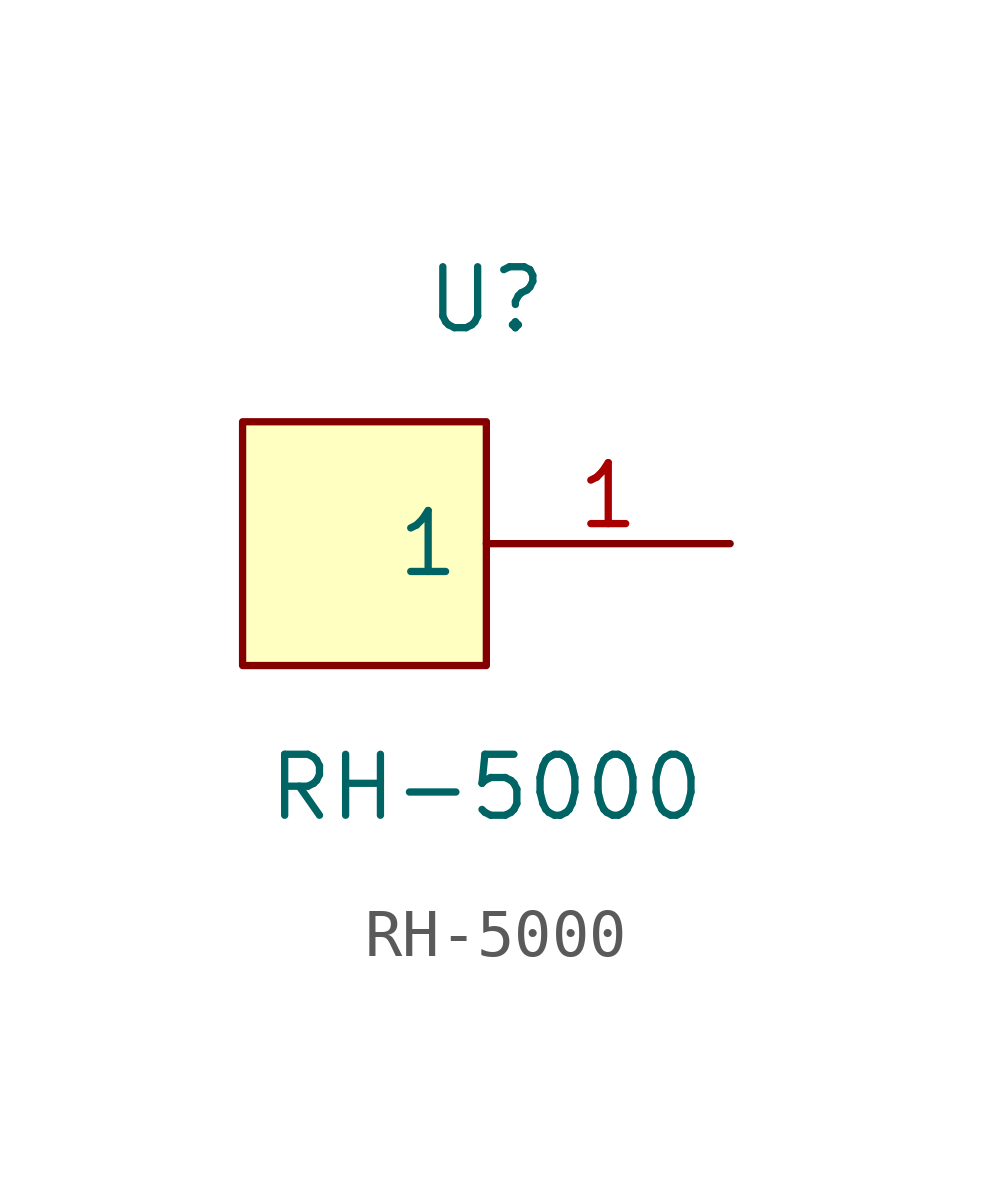
<source format=kicad_sym>
(kicad_symbol_lib
  (version 20211014)
  (generator https://github.com/uPesy/easyeda2kicad.py)
  (symbol "RH-5000"
    (property "Reference" "U"
      (at 0 5.08 0)
      (effects (font (size 1.27 1.27))))
    (property "Value" "RH-5000"
      (at 0 -5.08 0)
      (effects (font (size 1.27 1.27))))
    (symbol "RH-5000_0_1"
      (rectangle (start -5.08 2.54) (end 0.00 -2.54) (stroke (width 0) (type default) (color 0 0 0 0)) (fill (type background)))
      (pin unspecified line (at 5.08 -0.00 180) (length 5.08) (name "1" (effects (font (size 1.27 1.27)))) (number "1" (effects (font (size 1.27 1.27))))))))
</source>
